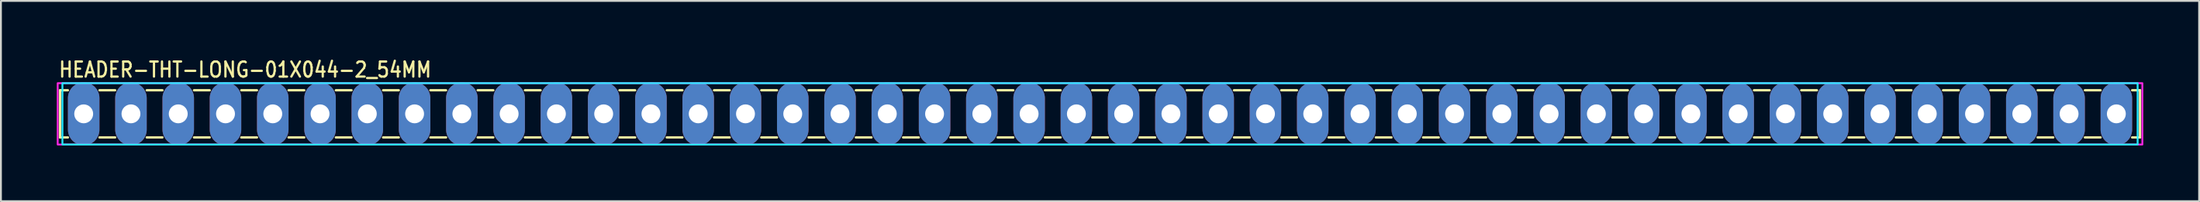
<source format=kicad_pcb>
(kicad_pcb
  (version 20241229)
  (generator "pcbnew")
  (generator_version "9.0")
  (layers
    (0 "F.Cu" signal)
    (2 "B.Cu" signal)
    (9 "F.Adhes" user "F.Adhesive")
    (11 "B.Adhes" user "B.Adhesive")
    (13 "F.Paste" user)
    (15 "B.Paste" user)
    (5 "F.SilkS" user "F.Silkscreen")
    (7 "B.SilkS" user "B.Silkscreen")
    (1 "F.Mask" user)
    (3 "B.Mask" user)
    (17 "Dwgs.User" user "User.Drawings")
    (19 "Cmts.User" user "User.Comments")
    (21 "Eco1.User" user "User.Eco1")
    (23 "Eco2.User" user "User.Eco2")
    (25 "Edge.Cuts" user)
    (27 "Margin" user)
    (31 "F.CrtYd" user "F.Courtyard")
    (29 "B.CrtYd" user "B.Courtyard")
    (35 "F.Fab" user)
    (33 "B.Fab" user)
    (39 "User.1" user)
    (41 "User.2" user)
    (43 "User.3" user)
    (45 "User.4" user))
  (footprint "HEADER-THT-LONG-01X044-2_54MM"
    (layer "F.Cu")
    (at 1.447 3.079)
    (property "Reference" "HEADER-THT-LONG-01X044-2_54MM" (at -1.4 -1.9 0) (unlocked yes) (layer "F.SilkS") (effects (font (size 0.813 0.695) (thickness 0.122)) (justify left bottom)))
    (fp_line (start -1.27 -1.27) (end -1.27 1.27) (stroke (width 0.127) (type solid)) (layer "F.SilkS"))
    (fp_line (start -1.27 1.27) (end -0.85 1.27) (stroke (width 0.127) (type solid)) (layer "F.SilkS"))
    (fp_line (start -0.85 -1.27) (end -1.27 -1.27) (stroke (width 0.127) (type solid)) (layer "F.SilkS"))
    (fp_line (start 0.85 -1.27) (end 1.69 -1.27) (stroke (width 0.127) (type solid)) (layer "F.SilkS"))
    (fp_line (start 0.85 1.27) (end 1.69 1.27) (stroke (width 0.127) (type solid)) (layer "F.SilkS"))
    (fp_line (start 3.39 -1.27) (end 4.23 -1.27) (stroke (width 0.127) (type solid)) (layer "F.SilkS"))
    (fp_line (start 3.39 1.27) (end 4.23 1.27) (stroke (width 0.127) (type solid)) (layer "F.SilkS"))
    (fp_line (start 5.93 -1.27) (end 6.77 -1.27) (stroke (width 0.127) (type solid)) (layer "F.SilkS"))
    (fp_line (start 5.93 1.27) (end 6.77 1.27) (stroke (width 0.127) (type solid)) (layer "F.SilkS"))
    (fp_line (start 8.47 -1.27) (end 9.31 -1.27) (stroke (width 0.127) (type solid)) (layer "F.SilkS"))
    (fp_line (start 8.47 1.27) (end 9.31 1.27) (stroke (width 0.127) (type solid)) (layer "F.SilkS"))
    (fp_line (start 11.01 -1.27) (end 11.85 -1.27) (stroke (width 0.127) (type solid)) (layer "F.SilkS"))
    (fp_line (start 11.01 1.27) (end 11.85 1.27) (stroke (width 0.127) (type solid)) (layer "F.SilkS"))
    (fp_line (start 13.55 -1.27) (end 14.39 -1.27) (stroke (width 0.127) (type solid)) (layer "F.SilkS"))
    (fp_line (start 13.55 1.27) (end 14.39 1.27) (stroke (width 0.127) (type solid)) (layer "F.SilkS"))
    (fp_line (start 16.09 -1.27) (end 16.93 -1.27) (stroke (width 0.127) (type solid)) (layer "F.SilkS"))
    (fp_line (start 16.09 1.27) (end 16.93 1.27) (stroke (width 0.127) (type solid)) (layer "F.SilkS"))
    (fp_line (start 18.63 -1.27) (end 19.47 -1.27) (stroke (width 0.127) (type solid)) (layer "F.SilkS"))
    (fp_line (start 18.63 1.27) (end 19.47 1.27) (stroke (width 0.127) (type solid)) (layer "F.SilkS"))
    (fp_line (start 21.17 -1.27) (end 22.01 -1.27) (stroke (width 0.127) (type solid)) (layer "F.SilkS"))
    (fp_line (start 21.17 1.27) (end 22.01 1.27) (stroke (width 0.127) (type solid)) (layer "F.SilkS"))
    (fp_line (start 23.71 -1.27) (end 24.55 -1.27) (stroke (width 0.127) (type solid)) (layer "F.SilkS"))
    (fp_line (start 23.71 1.27) (end 24.55 1.27) (stroke (width 0.127) (type solid)) (layer "F.SilkS"))
    (fp_line (start 26.25 -1.27) (end 27.09 -1.27) (stroke (width 0.127) (type solid)) (layer "F.SilkS"))
    (fp_line (start 26.25 1.27) (end 27.09 1.27) (stroke (width 0.127) (type solid)) (layer "F.SilkS"))
    (fp_line (start 28.79 -1.27) (end 29.63 -1.27) (stroke (width 0.127) (type solid)) (layer "F.SilkS"))
    (fp_line (start 28.79 1.27) (end 29.63 1.27) (stroke (width 0.127) (type solid)) (layer "F.SilkS"))
    (fp_line (start 31.33 -1.27) (end 32.17 -1.27) (stroke (width 0.127) (type solid)) (layer "F.SilkS"))
    (fp_line (start 31.33 1.27) (end 32.17 1.27) (stroke (width 0.127) (type solid)) (layer "F.SilkS"))
    (fp_line (start 33.87 -1.27) (end 34.71 -1.27) (stroke (width 0.127) (type solid)) (layer "F.SilkS"))
    (fp_line (start 33.87 1.27) (end 34.71 1.27) (stroke (width 0.127) (type solid)) (layer "F.SilkS"))
    (fp_line (start 36.41 -1.27) (end 37.25 -1.27) (stroke (width 0.127) (type solid)) (layer "F.SilkS"))
    (fp_line (start 36.41 1.27) (end 37.25 1.27) (stroke (width 0.127) (type solid)) (layer "F.SilkS"))
    (fp_line (start 38.95 -1.27) (end 39.79 -1.27) (stroke (width 0.127) (type solid)) (layer "F.SilkS"))
    (fp_line (start 38.95 1.27) (end 39.79 1.27) (stroke (width 0.127) (type solid)) (layer "F.SilkS"))
    (fp_line (start 41.49 -1.27) (end 42.33 -1.27) (stroke (width 0.127) (type solid)) (layer "F.SilkS"))
    (fp_line (start 41.49 1.27) (end 42.33 1.27) (stroke (width 0.127) (type solid)) (layer "F.SilkS"))
    (fp_line (start 44.03 -1.27) (end 44.87 -1.27) (stroke (width 0.127) (type solid)) (layer "F.SilkS"))
    (fp_line (start 44.03 1.27) (end 44.87 1.27) (stroke (width 0.127) (type solid)) (layer "F.SilkS"))
    (fp_line (start 46.57 -1.27) (end 47.41 -1.27) (stroke (width 0.127) (type solid)) (layer "F.SilkS"))
    (fp_line (start 46.57 1.27) (end 47.41 1.27) (stroke (width 0.127) (type solid)) (layer "F.SilkS"))
    (fp_line (start 49.11 -1.27) (end 49.95 -1.27) (stroke (width 0.127) (type solid)) (layer "F.SilkS"))
    (fp_line (start 49.11 1.27) (end 49.95 1.27) (stroke (width 0.127) (type solid)) (layer "F.SilkS"))
    (fp_line (start 51.65 -1.27) (end 52.49 -1.27) (stroke (width 0.127) (type solid)) (layer "F.SilkS"))
    (fp_line (start 51.65 1.27) (end 52.49 1.27) (stroke (width 0.127) (type solid)) (layer "F.SilkS"))
    (fp_line (start 54.19 -1.27) (end 55.03 -1.27) (stroke (width 0.127) (type solid)) (layer "F.SilkS"))
    (fp_line (start 54.19 1.27) (end 55.03 1.27) (stroke (width 0.127) (type solid)) (layer "F.SilkS"))
    (fp_line (start 56.73 -1.27) (end 57.57 -1.27) (stroke (width 0.127) (type solid)) (layer "F.SilkS"))
    (fp_line (start 56.73 1.27) (end 57.57 1.27) (stroke (width 0.127) (type solid)) (layer "F.SilkS"))
    (fp_line (start 59.27 -1.27) (end 60.11 -1.27) (stroke (width 0.127) (type solid)) (layer "F.SilkS"))
    (fp_line (start 59.27 1.27) (end 60.11 1.27) (stroke (width 0.127) (type solid)) (layer "F.SilkS"))
    (fp_line (start 61.81 -1.27) (end 62.65 -1.27) (stroke (width 0.127) (type solid)) (layer "F.SilkS"))
    (fp_line (start 61.81 1.27) (end 62.65 1.27) (stroke (width 0.127) (type solid)) (layer "F.SilkS"))
    (fp_line (start 64.35 -1.27) (end 65.19 -1.27) (stroke (width 0.127) (type solid)) (layer "F.SilkS"))
    (fp_line (start 64.35 1.27) (end 65.19 1.27) (stroke (width 0.127) (type solid)) (layer "F.SilkS"))
    (fp_line (start 66.89 -1.27) (end 67.73 -1.27) (stroke (width 0.127) (type solid)) (layer "F.SilkS"))
    (fp_line (start 66.89 1.27) (end 67.73 1.27) (stroke (width 0.127) (type solid)) (layer "F.SilkS"))
    (fp_line (start 69.43 -1.27) (end 70.27 -1.27) (stroke (width 0.127) (type solid)) (layer "F.SilkS"))
    (fp_line (start 69.43 1.27) (end 70.27 1.27) (stroke (width 0.127) (type solid)) (layer "F.SilkS"))
    (fp_line (start 71.97 -1.27) (end 72.81 -1.27) (stroke (width 0.127) (type solid)) (layer "F.SilkS"))
    (fp_line (start 71.97 1.27) (end 72.81 1.27) (stroke (width 0.127) (type solid)) (layer "F.SilkS"))
    (fp_line (start 74.51 -1.27) (end 75.35 -1.27) (stroke (width 0.127) (type solid)) (layer "F.SilkS"))
    (fp_line (start 74.51 1.27) (end 75.35 1.27) (stroke (width 0.127) (type solid)) (layer "F.SilkS"))
    (fp_line (start 77.05 -1.27) (end 77.89 -1.27) (stroke (width 0.127) (type solid)) (layer "F.SilkS"))
    (fp_line (start 77.05 1.27) (end 77.89 1.27) (stroke (width 0.127) (type solid)) (layer "F.SilkS"))
    (fp_line (start 79.59 -1.27) (end 80.43 -1.27) (stroke (width 0.127) (type solid)) (layer "F.SilkS"))
    (fp_line (start 79.59 1.27) (end 80.43 1.27) (stroke (width 0.127) (type solid)) (layer "F.SilkS"))
    (fp_line (start 82.13 -1.27) (end 82.97 -1.27) (stroke (width 0.127) (type solid)) (layer "F.SilkS"))
    (fp_line (start 82.13 1.27) (end 82.97 1.27) (stroke (width 0.127) (type solid)) (layer "F.SilkS"))
    (fp_line (start 84.67 -1.27) (end 85.51 -1.27) (stroke (width 0.127) (type solid)) (layer "F.SilkS"))
    (fp_line (start 84.67 1.27) (end 85.51 1.27) (stroke (width 0.127) (type solid)) (layer "F.SilkS"))
    (fp_line (start 87.21 -1.27) (end 88.05 -1.27) (stroke (width 0.127) (type solid)) (layer "F.SilkS"))
    (fp_line (start 87.21 1.27) (end 88.05 1.27) (stroke (width 0.127) (type solid)) (layer "F.SilkS"))
    (fp_line (start 89.75 -1.27) (end 90.59 -1.27) (stroke (width 0.127) (type solid)) (layer "F.SilkS"))
    (fp_line (start 89.75 1.27) (end 90.59 1.27) (stroke (width 0.127) (type solid)) (layer "F.SilkS"))
    (fp_line (start 92.29 -1.27) (end 93.13 -1.27) (stroke (width 0.127) (type solid)) (layer "F.SilkS"))
    (fp_line (start 92.29 1.27) (end 93.13 1.27) (stroke (width 0.127) (type solid)) (layer "F.SilkS"))
    (fp_line (start 94.83 -1.27) (end 95.67 -1.27) (stroke (width 0.127) (type solid)) (layer "F.SilkS"))
    (fp_line (start 94.83 1.27) (end 95.67 1.27) (stroke (width 0.127) (type solid)) (layer "F.SilkS"))
    (fp_line (start 97.37 -1.27) (end 98.21 -1.27) (stroke (width 0.127) (type solid)) (layer "F.SilkS"))
    (fp_line (start 97.37 1.27) (end 98.21 1.27) (stroke (width 0.127) (type solid)) (layer "F.SilkS"))
    (fp_line (start 99.91 -1.27) (end 100.75 -1.27) (stroke (width 0.127) (type solid)) (layer "F.SilkS"))
    (fp_line (start 99.91 1.27) (end 100.75 1.27) (stroke (width 0.127) (type solid)) (layer "F.SilkS"))
    (fp_line (start 102.45 -1.27) (end 103.29 -1.27) (stroke (width 0.127) (type solid)) (layer "F.SilkS"))
    (fp_line (start 102.45 1.27) (end 103.29 1.27) (stroke (width 0.127) (type solid)) (layer "F.SilkS"))
    (fp_line (start 104.99 -1.27) (end 105.83 -1.27) (stroke (width 0.127) (type solid)) (layer "F.SilkS"))
    (fp_line (start 104.99 1.27) (end 105.83 1.27) (stroke (width 0.127) (type solid)) (layer "F.SilkS"))
    (fp_line (start 107.53 -1.27) (end 108.37 -1.27) (stroke (width 0.127) (type solid)) (layer "F.SilkS"))
    (fp_line (start 107.53 1.27) (end 108.37 1.27) (stroke (width 0.127) (type solid)) (layer "F.SilkS"))
    (fp_line (start 110.07 -1.27) (end 110.49 -1.27) (stroke (width 0.127) (type solid)) (layer "F.SilkS"))
    (fp_line (start 110.49 -1.27) (end 110.49 1.27) (stroke (width 0.127) (type solid)) (layer "F.SilkS"))
    (fp_line (start 110.49 1.27) (end 110.07 1.27) (stroke (width 0.127) (type solid)) (layer "F.SilkS"))
    (fp_poly (pts (xy -1.143 -1.651) (xy 110.363 -1.651) (xy 110.363 1.651) (xy -1.143 1.651)) (stroke (width 0.1) (type solid)) (fill no) (layer "B.CrtYd"))
    (fp_poly (pts (xy -1.397 -1.651) (xy 110.617 -1.651) (xy 110.617 1.651) (xy -1.397 1.651)) (stroke (width 0.1) (type solid)) (fill no) (layer "F.CrtYd"))
    (pad "P$1" thru_hole oval (at 0 0 90) (size 3.387 1.693) (drill 1.016) (layers "*.Cu" "*.Mask"))
    (pad "P$2" thru_hole oval (at 2.54 0 90) (size 3.387 1.693) (drill 1.016) (layers "*.Cu" "*.Mask"))
    (pad "P$3" thru_hole oval (at 5.08 0 90) (size 3.387 1.693) (drill 1.016) (layers "*.Cu" "*.Mask"))
    (pad "P$4" thru_hole oval (at 7.62 0 90) (size 3.387 1.693) (drill 1.016) (layers "*.Cu" "*.Mask"))
    (pad "P$5" thru_hole oval (at 10.16 0 90) (size 3.387 1.693) (drill 1.016) (layers "*.Cu" "*.Mask"))
    (pad "P$6" thru_hole oval (at 12.7 0 90) (size 3.387 1.693) (drill 1.016) (layers "*.Cu" "*.Mask"))
    (pad "P$7" thru_hole oval (at 15.24 0 90) (size 3.387 1.693) (drill 1.016) (layers "*.Cu" "*.Mask"))
    (pad "P$8" thru_hole oval (at 17.78 0 90) (size 3.387 1.693) (drill 1.016) (layers "*.Cu" "*.Mask"))
    (pad "P$9" thru_hole oval (at 20.32 0 90) (size 3.387 1.693) (drill 1.016) (layers "*.Cu" "*.Mask"))
    (pad "P$10" thru_hole oval (at 22.86 0 90) (size 3.387 1.693) (drill 1.016) (layers "*.Cu" "*.Mask"))
    (pad "P$11" thru_hole oval (at 25.4 0 90) (size 3.387 1.693) (drill 1.016) (layers "*.Cu" "*.Mask"))
    (pad "P$12" thru_hole oval (at 27.94 0 90) (size 3.387 1.693) (drill 1.016) (layers "*.Cu" "*.Mask"))
    (pad "P$13" thru_hole oval (at 30.48 0 90) (size 3.387 1.693) (drill 1.016) (layers "*.Cu" "*.Mask"))
    (pad "P$14" thru_hole oval (at 33.02 0 90) (size 3.387 1.693) (drill 1.016) (layers "*.Cu" "*.Mask"))
    (pad "P$15" thru_hole oval (at 35.56 0 90) (size 3.387 1.693) (drill 1.016) (layers "*.Cu" "*.Mask"))
    (pad "P$16" thru_hole oval (at 38.1 0 90) (size 3.387 1.693) (drill 1.016) (layers "*.Cu" "*.Mask"))
    (pad "P$17" thru_hole oval (at 40.64 0 90) (size 3.387 1.693) (drill 1.016) (layers "*.Cu" "*.Mask"))
    (pad "P$18" thru_hole oval (at 43.18 0 90) (size 3.387 1.693) (drill 1.016) (layers "*.Cu" "*.Mask"))
    (pad "P$19" thru_hole oval (at 45.72 0 90) (size 3.387 1.693) (drill 1.016) (layers "*.Cu" "*.Mask"))
    (pad "P$20" thru_hole oval (at 48.26 0 90) (size 3.387 1.693) (drill 1.016) (layers "*.Cu" "*.Mask"))
    (pad "P$21" thru_hole oval (at 50.8 0 90) (size 3.387 1.693) (drill 1.016) (layers "*.Cu" "*.Mask"))
    (pad "P$22" thru_hole oval (at 53.34 0 90) (size 3.387 1.693) (drill 1.016) (layers "*.Cu" "*.Mask"))
    (pad "P$23" thru_hole oval (at 55.88 0 90) (size 3.387 1.693) (drill 1.016) (layers "*.Cu" "*.Mask"))
    (pad "P$24" thru_hole oval (at 58.42 0 90) (size 3.387 1.693) (drill 1.016) (layers "*.Cu" "*.Mask"))
    (pad "P$25" thru_hole oval (at 60.96 0 90) (size 3.387 1.693) (drill 1.016) (layers "*.Cu" "*.Mask"))
    (pad "P$26" thru_hole oval (at 63.5 0 90) (size 3.387 1.693) (drill 1.016) (layers "*.Cu" "*.Mask"))
    (pad "P$27" thru_hole oval (at 66.04 0 90) (size 3.387 1.693) (drill 1.016) (layers "*.Cu" "*.Mask"))
    (pad "P$28" thru_hole oval (at 68.58 0 90) (size 3.387 1.693) (drill 1.016) (layers "*.Cu" "*.Mask"))
    (pad "P$29" thru_hole oval (at 71.12 0 90) (size 3.387 1.693) (drill 1.016) (layers "*.Cu" "*.Mask"))
    (pad "P$30" thru_hole oval (at 73.66 0 90) (size 3.387 1.693) (drill 1.016) (layers "*.Cu" "*.Mask"))
    (pad "P$31" thru_hole oval (at 76.2 0 90) (size 3.387 1.693) (drill 1.016) (layers "*.Cu" "*.Mask"))
    (pad "P$32" thru_hole oval (at 78.74 0 90) (size 3.387 1.693) (drill 1.016) (layers "*.Cu" "*.Mask"))
    (pad "P$33" thru_hole oval (at 81.28 0 90) (size 3.387 1.693) (drill 1.016) (layers "*.Cu" "*.Mask"))
    (pad "P$34" thru_hole oval (at 83.82 0 90) (size 3.387 1.693) (drill 1.016) (layers "*.Cu" "*.Mask"))
    (pad "P$35" thru_hole oval (at 86.36 0 90) (size 3.387 1.693) (drill 1.016) (layers "*.Cu" "*.Mask"))
    (pad "P$36" thru_hole oval (at 88.9 0 90) (size 3.387 1.693) (drill 1.016) (layers "*.Cu" "*.Mask"))
    (pad "P$37" thru_hole oval (at 91.44 0 90) (size 3.387 1.693) (drill 1.016) (layers "*.Cu" "*.Mask"))
    (pad "P$38" thru_hole oval (at 93.98 0 90) (size 3.387 1.693) (drill 1.016) (layers "*.Cu" "*.Mask"))
    (pad "P$39" thru_hole oval (at 96.52 0 90) (size 3.387 1.693) (drill 1.016) (layers "*.Cu" "*.Mask"))
    (pad "P$40" thru_hole oval (at 99.06 0 90) (size 3.387 1.693) (drill 1.016) (layers "*.Cu" "*.Mask"))
    (pad "P$41" thru_hole oval (at 101.6 0 90) (size 3.387 1.693) (drill 1.016) (layers "*.Cu" "*.Mask"))
    (pad "P$42" thru_hole oval (at 104.14 0 90) (size 3.387 1.693) (drill 1.016) (layers "*.Cu" "*.Mask"))
    (pad "P$43" thru_hole oval (at 106.68 0 90) (size 3.387 1.693) (drill 1.016) (layers "*.Cu" "*.Mask"))
    (pad "P$44" thru_hole oval (at 109.22 0 90) (size 3.387 1.693) (drill 1.016) (layers "*.Cu" "*.Mask")))
  (gr_rect
    (start -3 -3)
    (end 115.114 7.78)
    (stroke (width 0.1) (type default))
    (fill no)
    (layer "Edge.Cuts")))
</source>
